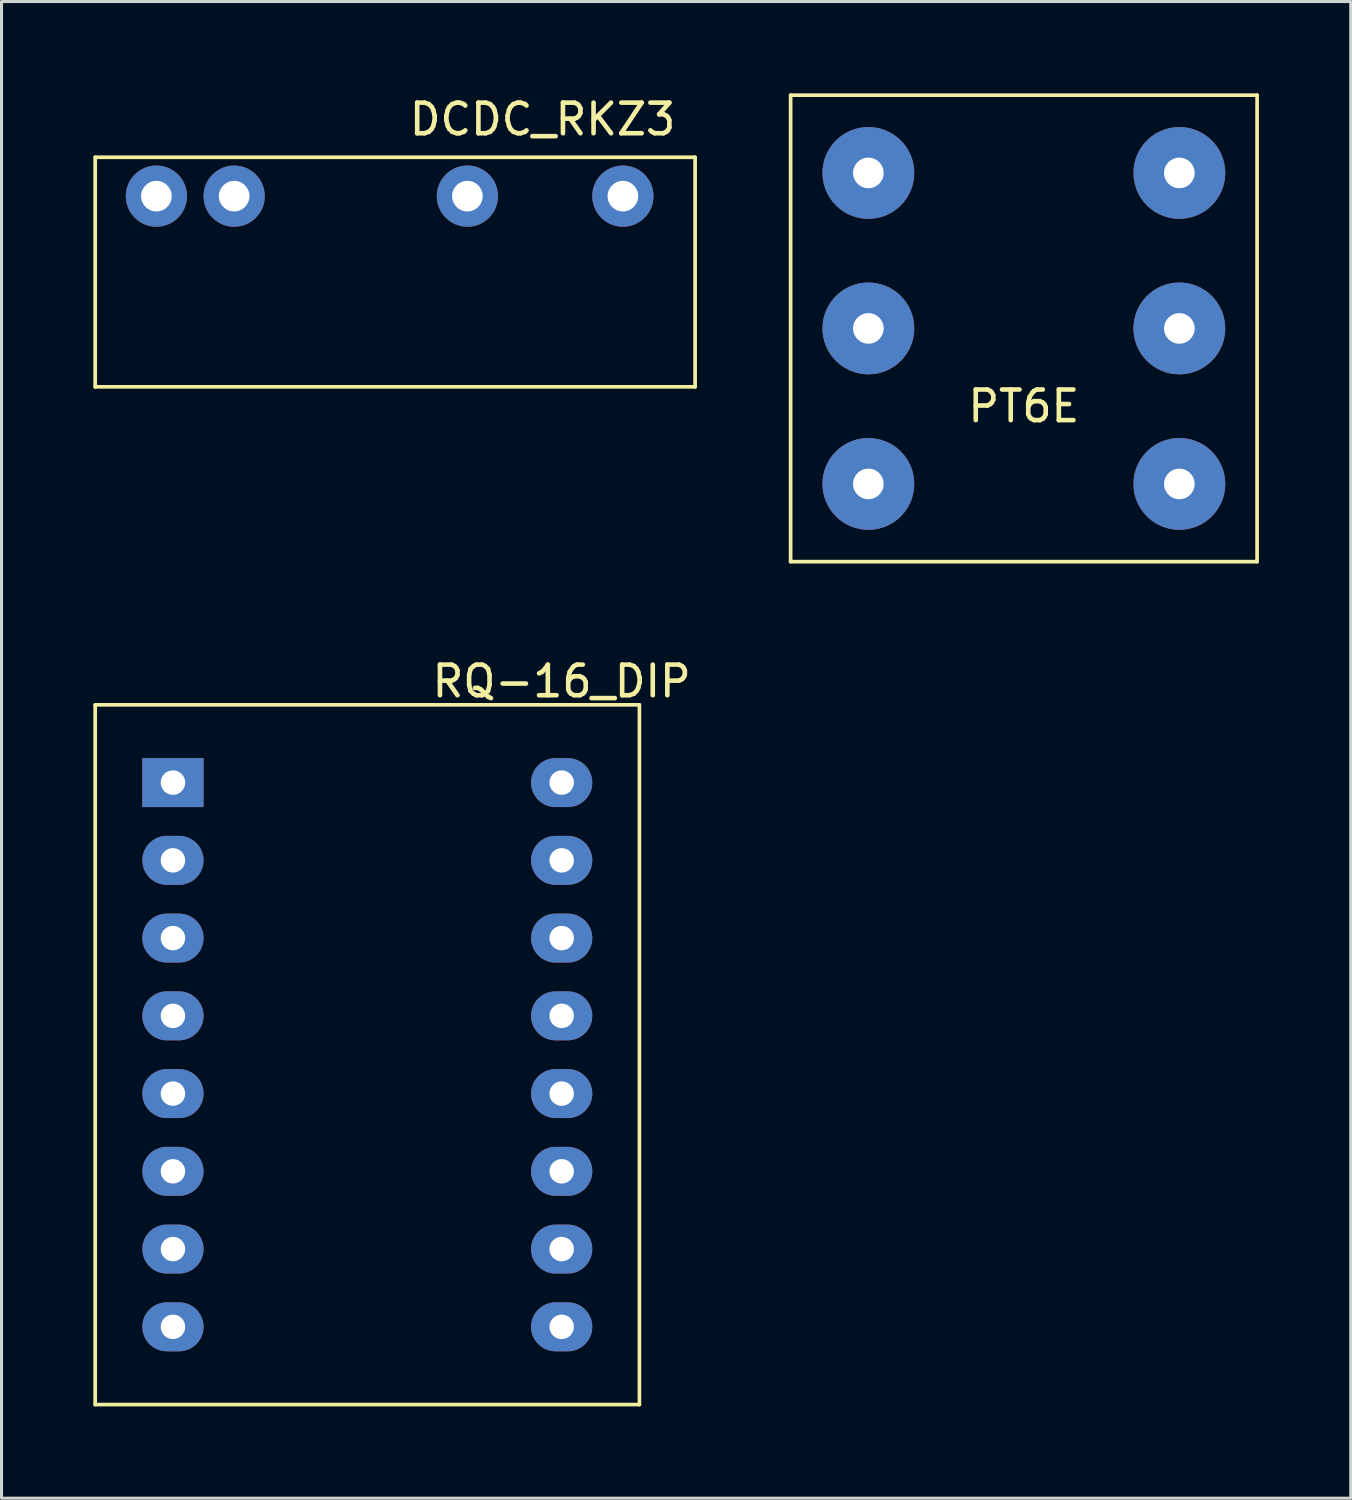
<source format=kicad_pcb>
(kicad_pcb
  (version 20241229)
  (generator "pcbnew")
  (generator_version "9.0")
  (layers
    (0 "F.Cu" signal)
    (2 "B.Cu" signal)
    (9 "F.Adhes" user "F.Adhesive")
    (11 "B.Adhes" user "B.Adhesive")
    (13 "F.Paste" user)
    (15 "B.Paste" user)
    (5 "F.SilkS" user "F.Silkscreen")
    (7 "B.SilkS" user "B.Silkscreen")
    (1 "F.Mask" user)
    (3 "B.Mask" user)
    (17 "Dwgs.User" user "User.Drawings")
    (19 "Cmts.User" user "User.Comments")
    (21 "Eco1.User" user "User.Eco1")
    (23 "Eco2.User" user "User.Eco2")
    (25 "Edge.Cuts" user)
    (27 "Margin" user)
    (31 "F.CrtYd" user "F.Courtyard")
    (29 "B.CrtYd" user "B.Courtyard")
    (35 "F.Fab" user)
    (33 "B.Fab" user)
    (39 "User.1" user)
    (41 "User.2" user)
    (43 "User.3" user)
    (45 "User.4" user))
  (footprint "RQ-16_DIP"
    (layer "F.Cu")
    (at 8.95 31.408)
    (property "Reference" "RQ-16_DIP" (at 6.35 -12.2 0) (layer "F.SilkS") (effects (font (size 1 1) (thickness 0.15))))
    (attr through_hole)
    (fp_line (start -8.89 -11.43) (end -8.89 11.43) (stroke (width 0.12) (type solid)) (layer "F.SilkS"))
    (fp_line (start -8.89 11.43) (end 8.89 11.43) (stroke (width 0.12) (type solid)) (layer "F.SilkS"))
    (fp_line (start 8.89 -11.43) (end -8.89 -11.43) (stroke (width 0.12) (type solid)) (layer "F.SilkS"))
    (fp_line (start 8.89 11.43) (end 8.89 -11.43) (stroke (width 0.12) (type solid)) (layer "F.SilkS"))
    (pad "1" thru_hole rect (at -6.35 -8.89) (size 2 1.6) (drill 0.8) (layers "*.Cu" "*.Mask"))
    (pad "2" thru_hole oval (at -6.35 -6.35) (size 2 1.6) (drill 0.8) (layers "*.Cu" "*.Mask"))
    (pad "3" thru_hole oval (at -6.35 -3.81) (size 2 1.6) (drill 0.8) (layers "*.Cu" "*.Mask"))
    (pad "4" thru_hole oval (at -6.35 -1.27) (size 2 1.6) (drill 0.8) (layers "*.Cu" "*.Mask"))
    (pad "5" thru_hole oval (at -6.35 1.27) (size 2 1.6) (drill 0.8) (layers "*.Cu" "*.Mask"))
    (pad "6" thru_hole oval (at -6.35 3.81) (size 2 1.6) (drill 0.8) (layers "*.Cu" "*.Mask"))
    (pad "7" thru_hole oval (at -6.35 6.35) (size 2 1.6) (drill 0.8) (layers "*.Cu" "*.Mask"))
    (pad "8" thru_hole oval (at -6.35 8.89) (size 2 1.6) (drill 0.8) (layers "*.Cu" "*.Mask"))
    (pad "9" thru_hole oval (at 6.35 8.89) (size 2 1.6) (drill 0.8) (layers "*.Cu" "*.Mask"))
    (pad "10" thru_hole oval (at 6.35 6.35) (size 2 1.6) (drill 0.8) (layers "*.Cu" "*.Mask"))
    (pad "11" thru_hole oval (at 6.35 3.81) (size 2 1.6) (drill 0.8) (layers "*.Cu" "*.Mask"))
    (pad "12" thru_hole oval (at 6.35 1.27) (size 2 1.6) (drill 0.8) (layers "*.Cu" "*.Mask"))
    (pad "13" thru_hole oval (at 6.35 -1.27) (size 2 1.6) (drill 0.8) (layers "*.Cu" "*.Mask"))
    (pad "14" thru_hole oval (at 6.35 -3.81) (size 2 1.6) (drill 0.8) (layers "*.Cu" "*.Mask"))
    (pad "15" thru_hole oval (at 6.35 -6.35) (size 2 1.6) (drill 0.8) (layers "*.Cu" "*.Mask"))
    (pad "16" thru_hole oval (at 6.35 -8.89) (size 2 1.6) (drill 0.8) (layers "*.Cu" "*.Mask")))
  (footprint "DCDC_RKZ3"
    (layer "F.Cu")
    (at 2.06 3.358)
    (property "Reference" "DCDC_RKZ3" (at 12.615 -2.51 0) (layer "F.SilkS") (effects (font (size 1 1) (thickness 0.15))))
    (attr through_hole)
    (fp_line (start -2 -1.27) (end -2 6.23) (stroke (width 0.12) (type solid)) (layer "F.SilkS"))
    (fp_line (start -2 -1.27) (end 17.6 -1.27) (stroke (width 0.12) (type solid)) (layer "F.SilkS"))
    (fp_line (start -2 6.23) (end 17.6 6.23) (stroke (width 0.12) (type solid)) (layer "F.SilkS"))
    (fp_line (start 17.6 6.23) (end 17.6 -1.27) (stroke (width 0.12) (type solid)) (layer "F.SilkS"))
    (pad "1" thru_hole oval (at 0 0) (size 2 2) (drill 1) (layers "*.Cu" "*.Mask"))
    (pad "2" thru_hole oval (at 2.54 0) (size 2 2) (drill 1) (layers "*.Cu" "*.Mask"))
    (pad "5" thru_hole oval (at 10.16 0) (size 2 2) (drill 1) (layers "*.Cu" "*.Mask"))
    (pad "7" thru_hole oval (at 15.24 0) (size 2 2) (drill 1) (layers "*.Cu" "*.Mask")))
  (footprint "PT6E"
    (layer "F.Cu")
    (at 30.4 7.68)
    (property "Reference" "PT6E" (at 0 2.54 0) (layer "F.SilkS") (effects (font (size 1 1) (thickness 0.15))))
    (attr through_hole)
    (fp_line (start -7.62 -7.62) (end -7.62 7.62) (stroke (width 0.12) (type solid)) (layer "F.SilkS"))
    (fp_line (start -7.62 7.62) (end 7.62 7.62) (stroke (width 0.12) (type solid)) (layer "F.SilkS"))
    (fp_line (start 7.62 -7.62) (end -7.62 -7.62) (stroke (width 0.12) (type solid)) (layer "F.SilkS"))
    (fp_line (start 7.62 7.62) (end 7.62 -7.62) (stroke (width 0.12) (type solid)) (layer "F.SilkS"))
    (pad "0" thru_hole circle (at -5.08 -5.08) (size 3 3) (drill 1) (layers "*.Cu" "*.Mask"))
    (pad "1" thru_hole circle (at 5.08 -5.08) (size 3 3) (drill 1) (layers "*.Cu" "*.Mask"))
    (pad "2" thru_hole circle (at -5.08 0) (size 3 3) (drill 1) (layers "*.Cu" "*.Mask"))
    (pad "3" thru_hole circle (at 5.08 0) (size 3 3) (drill 1) (layers "*.Cu" "*.Mask"))
    (pad "4" thru_hole circle (at -5.08 5.08) (size 3 3) (drill 1) (layers "*.Cu" "*.Mask"))
    (pad "5" thru_hole circle (at 5.08 5.08) (size 3 3) (drill 1) (layers "*.Cu" "*.Mask")))
  (gr_rect
    (start -3 -3)
    (end 41.08 45.898)
    (stroke (width 0.1) (type default))
    (fill no)
    (layer "Edge.Cuts")))
</source>
